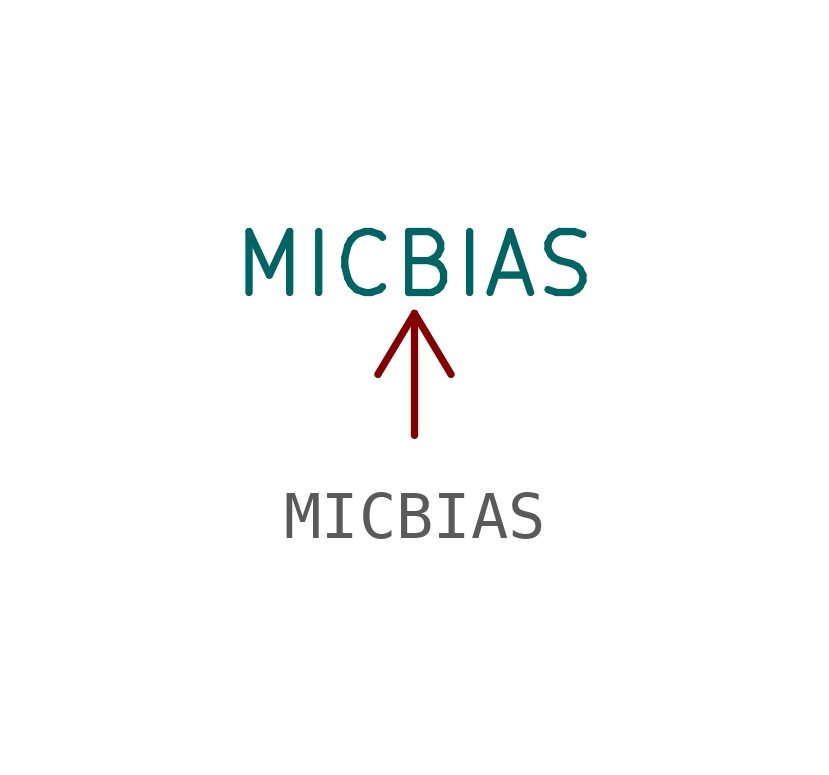
<source format=kicad_sym>
(kicad_symbol_lib
  (version 20211014)
  (generator kicad_symbol_editor)
  (symbol "MICBIAS"
    (power)
    (pin_names
      (offset 0))
    (property "Reference" "#PWR"
      (at 0 -3.81 0)
      (effects (font (size 1.27 1.27)) hide))
    (property "Value" "MICBIAS"
      (at 0 3.556 0)
      (effects (font (size 1.27 1.27))))
    (symbol "MICBIAS_0_1"
      (polyline (pts (xy -0.762 1.27) (xy 0 2.54)) (stroke (width 0) (type default) (color 0 0 0 0)) (fill (type none)))
      (polyline (pts (xy 0 0) (xy 0 2.54)) (stroke (width 0) (type default) (color 0 0 0 0)) (fill (type none)))
      (polyline (pts (xy 0 2.54) (xy 0.762 1.27)) (stroke (width 0) (type default) (color 0 0 0 0)) (fill (type none))))
    (symbol "MICBIAS_1_1"
      (pin power_in line (at 0 0 90) (length 0) hide (name "MICBIAS" (effects (font (size 1.27 1.27)))) (number "1" (effects (font (size 1.27 1.27))))))))
</source>
